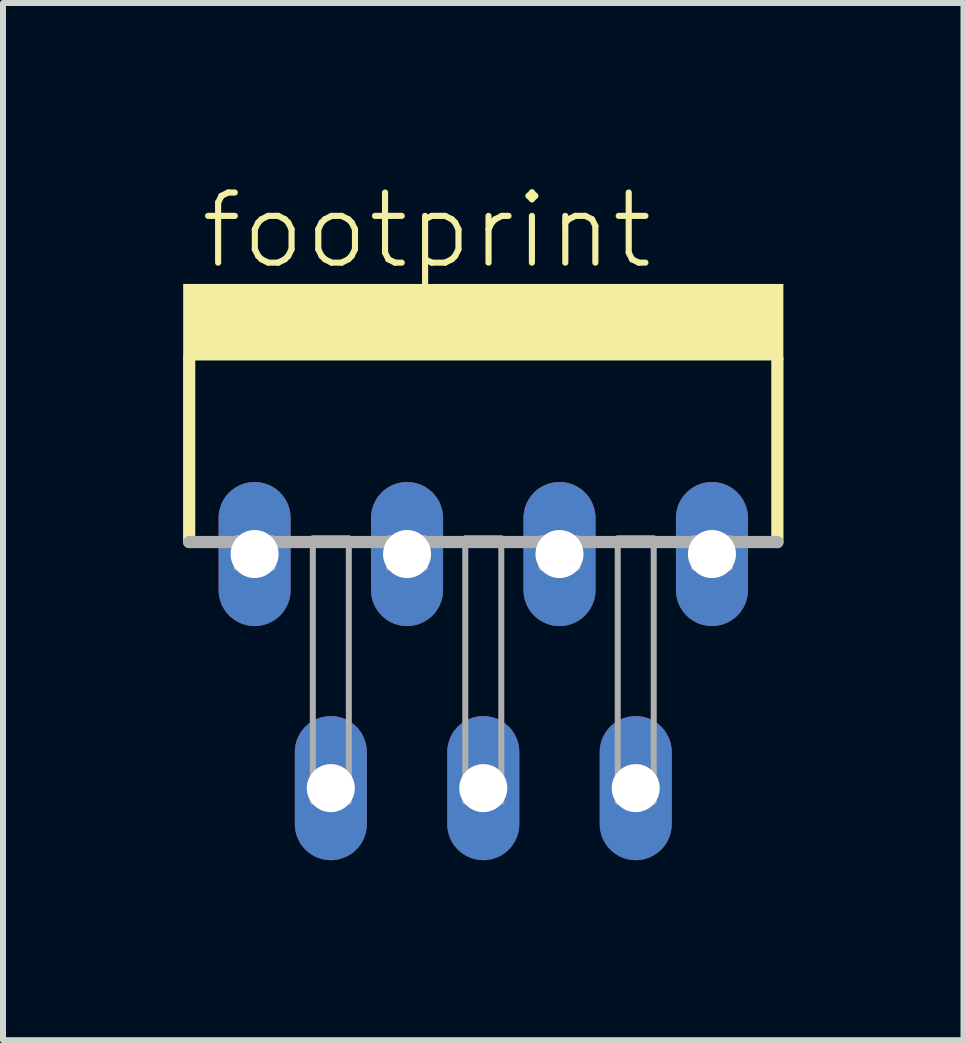
<source format=kicad_pcb>
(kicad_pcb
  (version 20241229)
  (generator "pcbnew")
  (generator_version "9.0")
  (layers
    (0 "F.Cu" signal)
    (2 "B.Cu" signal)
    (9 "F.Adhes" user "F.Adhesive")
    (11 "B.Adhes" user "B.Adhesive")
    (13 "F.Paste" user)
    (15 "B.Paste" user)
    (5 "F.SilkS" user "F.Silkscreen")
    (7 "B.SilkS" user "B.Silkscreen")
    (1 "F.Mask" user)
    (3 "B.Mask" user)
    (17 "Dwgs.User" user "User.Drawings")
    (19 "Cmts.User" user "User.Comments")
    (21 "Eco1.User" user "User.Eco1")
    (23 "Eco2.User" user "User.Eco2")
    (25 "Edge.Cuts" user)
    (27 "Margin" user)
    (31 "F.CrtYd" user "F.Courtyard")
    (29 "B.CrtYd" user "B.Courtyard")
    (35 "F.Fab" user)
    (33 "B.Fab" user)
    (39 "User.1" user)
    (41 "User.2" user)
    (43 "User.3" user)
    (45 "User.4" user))
  (footprint "footprint"
    (layer "F.Cu")
    (at 5.002 4.331)
    (property "Reference" "footprint" (at -4.763 -2.857 0) (layer "F.SilkS") (effects (font (size 1.168 1.168) (thickness 0.102)) (justify left bottom)))
    (fp_line (start -4.9 -1.4) (end -4.9 1.65) (stroke (width 0.203) (type solid)) (layer "F.SilkS"))
    (fp_line (start 4.9 1.65) (end 4.9 -1.4) (stroke (width 0.203) (type solid)) (layer "F.SilkS"))
    (fp_poly (pts (xy -5 -1.375) (xy 5 -1.375) (xy 5 -2.65) (xy -5 -2.65)) (stroke (width 0) (type solid)) (fill yes) (layer "F.SilkS"))
    (fp_line (start -4.9 1.65) (end 4.9 1.65) (stroke (width 0.203) (type solid)) (layer "F.Fab"))
    (fp_poly (pts (xy -4.11 2.075) (xy -3.51 2.075) (xy -3.51 1.587) (xy -4.11 1.587)) (stroke (width 0.1) (type solid)) (fill no) (layer "F.Fab"))
    (fp_poly (pts (xy -2.84 5.975) (xy -2.24 5.975) (xy -2.24 1.587) (xy -2.84 1.587)) (stroke (width 0.1) (type solid)) (fill no) (layer "F.Fab"))
    (fp_poly (pts (xy -1.57 2.075) (xy -0.97 2.075) (xy -0.97 1.587) (xy -1.57 1.587)) (stroke (width 0.1) (type solid)) (fill no) (layer "F.Fab"))
    (fp_poly (pts (xy -0.3 5.975) (xy 0.3 5.975) (xy 0.3 1.587) (xy -0.3 1.587)) (stroke (width 0.1) (type solid)) (fill no) (layer "F.Fab"))
    (fp_poly (pts (xy 0.97 2.075) (xy 1.57 2.075) (xy 1.57 1.587) (xy 0.97 1.587)) (stroke (width 0.1) (type solid)) (fill no) (layer "F.Fab"))
    (fp_poly (pts (xy 2.24 5.975) (xy 2.84 5.975) (xy 2.84 1.587) (xy 2.24 1.587)) (stroke (width 0.1) (type solid)) (fill no) (layer "F.Fab"))
    (fp_poly (pts (xy 3.51 2.075) (xy 4.11 2.075) (xy 4.11 1.587) (xy 3.51 1.587)) (stroke (width 0.1) (type solid)) (fill no) (layer "F.Fab"))
    (pad "1" thru_hole oval (at -3.81 1.85 90) (size 2.4 1.2) (drill 0.8) (layers "*.Cu" "*.Mask"))
    (pad "2" thru_hole oval (at -2.54 5.75 90) (size 2.4 1.2) (drill 0.8) (layers "*.Cu" "*.Mask"))
    (pad "3" thru_hole oval (at -1.27 1.85 90) (size 2.4 1.2) (drill 0.8) (layers "*.Cu" "*.Mask"))
    (pad "4" thru_hole oval (at 0 5.75 90) (size 2.4 1.2) (drill 0.8) (layers "*.Cu" "*.Mask"))
    (pad "5" thru_hole oval (at 1.27 1.85 90) (size 2.4 1.2) (drill 0.8) (layers "*.Cu" "*.Mask"))
    (pad "6" thru_hole oval (at 2.54 5.75 90) (size 2.4 1.2) (drill 0.8) (layers "*.Cu" "*.Mask"))
    (pad "7" thru_hole oval (at 3.81 1.85 90) (size 2.4 1.2) (drill 0.8) (layers "*.Cu" "*.Mask")))
  (gr_rect
    (start -3 -3)
    (end 13.003 14.281)
    (stroke (width 0.1) (type default))
    (fill no)
    (layer "Edge.Cuts")))
</source>
